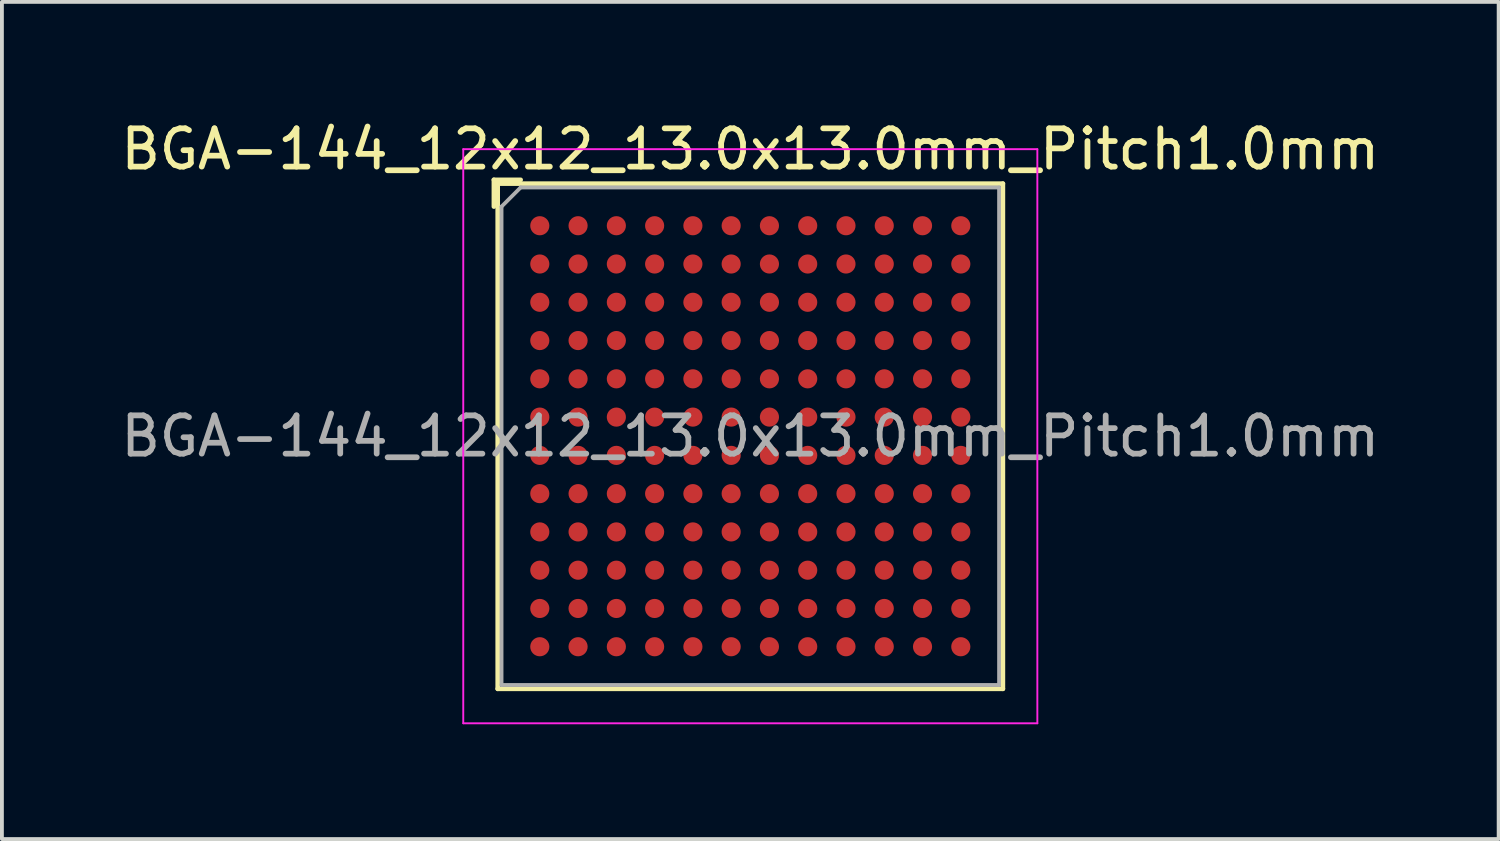
<source format=kicad_pcb>
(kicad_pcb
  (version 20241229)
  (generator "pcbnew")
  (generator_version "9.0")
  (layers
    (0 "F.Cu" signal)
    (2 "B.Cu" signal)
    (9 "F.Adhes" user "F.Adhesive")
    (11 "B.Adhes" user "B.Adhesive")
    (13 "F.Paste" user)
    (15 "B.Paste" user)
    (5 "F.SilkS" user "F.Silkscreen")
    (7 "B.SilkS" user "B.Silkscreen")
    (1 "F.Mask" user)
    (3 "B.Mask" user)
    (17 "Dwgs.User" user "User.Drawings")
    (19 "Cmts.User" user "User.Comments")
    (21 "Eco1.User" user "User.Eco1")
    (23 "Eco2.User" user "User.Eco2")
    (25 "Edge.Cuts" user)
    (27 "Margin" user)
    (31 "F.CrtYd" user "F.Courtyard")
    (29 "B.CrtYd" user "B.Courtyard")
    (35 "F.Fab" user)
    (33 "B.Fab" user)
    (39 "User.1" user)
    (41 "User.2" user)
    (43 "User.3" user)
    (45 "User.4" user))
  (footprint "BGA-144_12x12_13.0x13.0mm_Pitch1.0mm"
    (layer "F.Cu")
    (at 16.554 8.348)
    (property "Reference" "BGA-144_12x12_13.0x13.0mm_Pitch1.0mm" (at 0 -7.5 0) (layer "F.SilkS") (effects (font (size 1 1) (thickness 0.15))))
    (attr smd)
    (fp_line (start -6.7 -6.7) (end -6 -6.7) (stroke (width 0.12) (type solid)) (layer "F.SilkS"))
    (fp_line (start -6.7 -6) (end -6.7 -6.7) (stroke (width 0.12) (type solid)) (layer "F.SilkS"))
    (fp_line (start -6.6 -6.6) (end 6.6 -6.6) (stroke (width 0.12) (type solid)) (layer "F.SilkS"))
    (fp_line (start -6.6 6.6) (end -6.6 -6.6) (stroke (width 0.12) (type solid)) (layer "F.SilkS"))
    (fp_line (start 6.6 -6.6) (end 6.6 6.6) (stroke (width 0.12) (type solid)) (layer "F.SilkS"))
    (fp_line (start 6.6 6.6) (end -6.6 6.6) (stroke (width 0.12) (type solid)) (layer "F.SilkS"))
    (fp_line (start -7.5 -7.5) (end -7.5 7.5) (stroke (width 0.05) (type solid)) (layer "F.CrtYd"))
    (fp_line (start -7.5 -7.5) (end 7.5 -7.5) (stroke (width 0.05) (type solid)) (layer "F.CrtYd"))
    (fp_line (start 7.5 7.5) (end -7.5 7.5) (stroke (width 0.05) (type solid)) (layer "F.CrtYd"))
    (fp_line (start 7.5 7.5) (end 7.5 -7.5) (stroke (width 0.05) (type solid)) (layer "F.CrtYd"))
    (fp_line (start -6.5 -6) (end -6 -6.5) (stroke (width 0.1) (type solid)) (layer "F.Fab"))
    (fp_line (start -6.5 6.5) (end -6.5 -6) (stroke (width 0.1) (type solid)) (layer "F.Fab"))
    (fp_line (start -6 -6.5) (end 6.5 -6.5) (stroke (width 0.1) (type solid)) (layer "F.Fab"))
    (fp_line (start 6.5 -6.5) (end 6.5 6.5) (stroke (width 0.1) (type solid)) (layer "F.Fab"))
    (fp_line (start 6.5 6.5) (end -6.5 6.5) (stroke (width 0.1) (type solid)) (layer "F.Fab"))
    (fp_text user "${REFERENCE}" (at 0 0 0) (layer "F.Fab") (effects (font (size 1 1) (thickness 0.15))))
    (pad "A1" smd circle (at -5.5 -5.5) (size 0.5 0.5) (layers "F.Cu" "F.Mask" "F.Paste"))
    (pad "A2" smd circle (at -4.5 -5.5) (size 0.5 0.5) (layers "F.Cu" "F.Mask" "F.Paste"))
    (pad "A3" smd circle (at -3.5 -5.5) (size 0.5 0.5) (layers "F.Cu" "F.Mask" "F.Paste"))
    (pad "A4" smd circle (at -2.5 -5.5) (size 0.5 0.5) (layers "F.Cu" "F.Mask" "F.Paste"))
    (pad "A5" smd circle (at -1.5 -5.5) (size 0.5 0.5) (layers "F.Cu" "F.Mask" "F.Paste"))
    (pad "A6" smd circle (at -0.5 -5.5) (size 0.5 0.5) (layers "F.Cu" "F.Mask" "F.Paste"))
    (pad "A7" smd circle (at 0.5 -5.5) (size 0.5 0.5) (layers "F.Cu" "F.Mask" "F.Paste"))
    (pad "A8" smd circle (at 1.5 -5.5) (size 0.5 0.5) (layers "F.Cu" "F.Mask" "F.Paste"))
    (pad "A9" smd circle (at 2.5 -5.5) (size 0.5 0.5) (layers "F.Cu" "F.Mask" "F.Paste"))
    (pad "A10" smd circle (at 3.5 -5.5) (size 0.5 0.5) (layers "F.Cu" "F.Mask" "F.Paste"))
    (pad "A11" smd circle (at 4.5 -5.5) (size 0.5 0.5) (layers "F.Cu" "F.Mask" "F.Paste"))
    (pad "A12" smd circle (at 5.5 -5.5) (size 0.5 0.5) (layers "F.Cu" "F.Mask" "F.Paste"))
    (pad "B1" smd circle (at -5.5 -4.5) (size 0.5 0.5) (layers "F.Cu" "F.Mask" "F.Paste"))
    (pad "B2" smd circle (at -4.5 -4.5) (size 0.5 0.5) (layers "F.Cu" "F.Mask" "F.Paste"))
    (pad "B3" smd circle (at -3.5 -4.5) (size 0.5 0.5) (layers "F.Cu" "F.Mask" "F.Paste"))
    (pad "B4" smd circle (at -2.5 -4.5) (size 0.5 0.5) (layers "F.Cu" "F.Mask" "F.Paste"))
    (pad "B5" smd circle (at -1.5 -4.5) (size 0.5 0.5) (layers "F.Cu" "F.Mask" "F.Paste"))
    (pad "B6" smd circle (at -0.5 -4.5) (size 0.5 0.5) (layers "F.Cu" "F.Mask" "F.Paste"))
    (pad "B7" smd circle (at 0.5 -4.5) (size 0.5 0.5) (layers "F.Cu" "F.Mask" "F.Paste"))
    (pad "B8" smd circle (at 1.5 -4.5) (size 0.5 0.5) (layers "F.Cu" "F.Mask" "F.Paste"))
    (pad "B9" smd circle (at 2.5 -4.5) (size 0.5 0.5) (layers "F.Cu" "F.Mask" "F.Paste"))
    (pad "B10" smd circle (at 3.5 -4.5) (size 0.5 0.5) (layers "F.Cu" "F.Mask" "F.Paste"))
    (pad "B11" smd circle (at 4.5 -4.5) (size 0.5 0.5) (layers "F.Cu" "F.Mask" "F.Paste"))
    (pad "B12" smd circle (at 5.5 -4.5) (size 0.5 0.5) (layers "F.Cu" "F.Mask" "F.Paste"))
    (pad "C1" smd circle (at -5.5 -3.5) (size 0.5 0.5) (layers "F.Cu" "F.Mask" "F.Paste"))
    (pad "C2" smd circle (at -4.5 -3.5) (size 0.5 0.5) (layers "F.Cu" "F.Mask" "F.Paste"))
    (pad "C3" smd circle (at -3.5 -3.5) (size 0.5 0.5) (layers "F.Cu" "F.Mask" "F.Paste"))
    (pad "C4" smd circle (at -2.5 -3.5) (size 0.5 0.5) (layers "F.Cu" "F.Mask" "F.Paste"))
    (pad "C5" smd circle (at -1.5 -3.5) (size 0.5 0.5) (layers "F.Cu" "F.Mask" "F.Paste"))
    (pad "C6" smd circle (at -0.5 -3.5) (size 0.5 0.5) (layers "F.Cu" "F.Mask" "F.Paste"))
    (pad "C7" smd circle (at 0.5 -3.5) (size 0.5 0.5) (layers "F.Cu" "F.Mask" "F.Paste"))
    (pad "C8" smd circle (at 1.5 -3.5) (size 0.5 0.5) (layers "F.Cu" "F.Mask" "F.Paste"))
    (pad "C9" smd circle (at 2.5 -3.5) (size 0.5 0.5) (layers "F.Cu" "F.Mask" "F.Paste"))
    (pad "C10" smd circle (at 3.5 -3.5) (size 0.5 0.5) (layers "F.Cu" "F.Mask" "F.Paste"))
    (pad "C11" smd circle (at 4.5 -3.5) (size 0.5 0.5) (layers "F.Cu" "F.Mask" "F.Paste"))
    (pad "C12" smd circle (at 5.5 -3.5) (size 0.5 0.5) (layers "F.Cu" "F.Mask" "F.Paste"))
    (pad "D1" smd circle (at -5.5 -2.5) (size 0.5 0.5) (layers "F.Cu" "F.Mask" "F.Paste"))
    (pad "D2" smd circle (at -4.5 -2.5) (size 0.5 0.5) (layers "F.Cu" "F.Mask" "F.Paste"))
    (pad "D3" smd circle (at -3.5 -2.5) (size 0.5 0.5) (layers "F.Cu" "F.Mask" "F.Paste"))
    (pad "D4" smd circle (at -2.5 -2.5) (size 0.5 0.5) (layers "F.Cu" "F.Mask" "F.Paste"))
    (pad "D5" smd circle (at -1.5 -2.5) (size 0.5 0.5) (layers "F.Cu" "F.Mask" "F.Paste"))
    (pad "D6" smd circle (at -0.5 -2.5) (size 0.5 0.5) (layers "F.Cu" "F.Mask" "F.Paste"))
    (pad "D7" smd circle (at 0.5 -2.5) (size 0.5 0.5) (layers "F.Cu" "F.Mask" "F.Paste"))
    (pad "D8" smd circle (at 1.5 -2.5) (size 0.5 0.5) (layers "F.Cu" "F.Mask" "F.Paste"))
    (pad "D9" smd circle (at 2.5 -2.5) (size 0.5 0.5) (layers "F.Cu" "F.Mask" "F.Paste"))
    (pad "D10" smd circle (at 3.5 -2.5) (size 0.5 0.5) (layers "F.Cu" "F.Mask" "F.Paste"))
    (pad "D11" smd circle (at 4.5 -2.5) (size 0.5 0.5) (layers "F.Cu" "F.Mask" "F.Paste"))
    (pad "D12" smd circle (at 5.5 -2.5) (size 0.5 0.5) (layers "F.Cu" "F.Mask" "F.Paste"))
    (pad "E1" smd circle (at -5.5 -1.5) (size 0.5 0.5) (layers "F.Cu" "F.Mask" "F.Paste"))
    (pad "E2" smd circle (at -4.5 -1.5) (size 0.5 0.5) (layers "F.Cu" "F.Mask" "F.Paste"))
    (pad "E3" smd circle (at -3.5 -1.5) (size 0.5 0.5) (layers "F.Cu" "F.Mask" "F.Paste"))
    (pad "E4" smd circle (at -2.5 -1.5) (size 0.5 0.5) (layers "F.Cu" "F.Mask" "F.Paste"))
    (pad "E5" smd circle (at -1.5 -1.5) (size 0.5 0.5) (layers "F.Cu" "F.Mask" "F.Paste"))
    (pad "E6" smd circle (at -0.5 -1.5) (size 0.5 0.5) (layers "F.Cu" "F.Mask" "F.Paste"))
    (pad "E7" smd circle (at 0.5 -1.5) (size 0.5 0.5) (layers "F.Cu" "F.Mask" "F.Paste"))
    (pad "E8" smd circle (at 1.5 -1.5) (size 0.5 0.5) (layers "F.Cu" "F.Mask" "F.Paste"))
    (pad "E9" smd circle (at 2.5 -1.5) (size 0.5 0.5) (layers "F.Cu" "F.Mask" "F.Paste"))
    (pad "E10" smd circle (at 3.5 -1.5) (size 0.5 0.5) (layers "F.Cu" "F.Mask" "F.Paste"))
    (pad "E11" smd circle (at 4.5 -1.5) (size 0.5 0.5) (layers "F.Cu" "F.Mask" "F.Paste"))
    (pad "E12" smd circle (at 5.5 -1.5) (size 0.5 0.5) (layers "F.Cu" "F.Mask" "F.Paste"))
    (pad "F1" smd circle (at -5.5 -0.5) (size 0.5 0.5) (layers "F.Cu" "F.Mask" "F.Paste"))
    (pad "F2" smd circle (at -4.5 -0.5) (size 0.5 0.5) (layers "F.Cu" "F.Mask" "F.Paste"))
    (pad "F3" smd circle (at -3.5 -0.5) (size 0.5 0.5) (layers "F.Cu" "F.Mask" "F.Paste"))
    (pad "F4" smd circle (at -2.5 -0.5) (size 0.5 0.5) (layers "F.Cu" "F.Mask" "F.Paste"))
    (pad "F5" smd circle (at -1.5 -0.5) (size 0.5 0.5) (layers "F.Cu" "F.Mask" "F.Paste"))
    (pad "F6" smd circle (at -0.5 -0.5) (size 0.5 0.5) (layers "F.Cu" "F.Mask" "F.Paste"))
    (pad "F7" smd circle (at 0.5 -0.5) (size 0.5 0.5) (layers "F.Cu" "F.Mask" "F.Paste"))
    (pad "F8" smd circle (at 1.5 -0.5) (size 0.5 0.5) (layers "F.Cu" "F.Mask" "F.Paste"))
    (pad "F9" smd circle (at 2.5 -0.5) (size 0.5 0.5) (layers "F.Cu" "F.Mask" "F.Paste"))
    (pad "F10" smd circle (at 3.5 -0.5) (size 0.5 0.5) (layers "F.Cu" "F.Mask" "F.Paste"))
    (pad "F11" smd circle (at 4.5 -0.5) (size 0.5 0.5) (layers "F.Cu" "F.Mask" "F.Paste"))
    (pad "F12" smd circle (at 5.5 -0.5) (size 0.5 0.5) (layers "F.Cu" "F.Mask" "F.Paste"))
    (pad "G1" smd circle (at -5.5 0.5) (size 0.5 0.5) (layers "F.Cu" "F.Mask" "F.Paste"))
    (pad "G2" smd circle (at -4.5 0.5) (size 0.5 0.5) (layers "F.Cu" "F.Mask" "F.Paste"))
    (pad "G3" smd circle (at -3.5 0.5) (size 0.5 0.5) (layers "F.Cu" "F.Mask" "F.Paste"))
    (pad "G4" smd circle (at -2.5 0.5) (size 0.5 0.5) (layers "F.Cu" "F.Mask" "F.Paste"))
    (pad "G5" smd circle (at -1.5 0.5) (size 0.5 0.5) (layers "F.Cu" "F.Mask" "F.Paste"))
    (pad "G6" smd circle (at -0.5 0.5) (size 0.5 0.5) (layers "F.Cu" "F.Mask" "F.Paste"))
    (pad "G7" smd circle (at 0.5 0.5) (size 0.5 0.5) (layers "F.Cu" "F.Mask" "F.Paste"))
    (pad "G8" smd circle (at 1.5 0.5) (size 0.5 0.5) (layers "F.Cu" "F.Mask" "F.Paste"))
    (pad "G9" smd circle (at 2.5 0.5) (size 0.5 0.5) (layers "F.Cu" "F.Mask" "F.Paste"))
    (pad "G10" smd circle (at 3.5 0.5) (size 0.5 0.5) (layers "F.Cu" "F.Mask" "F.Paste"))
    (pad "G11" smd circle (at 4.5 0.5) (size 0.5 0.5) (layers "F.Cu" "F.Mask" "F.Paste"))
    (pad "G12" smd circle (at 5.5 0.5) (size 0.5 0.5) (layers "F.Cu" "F.Mask" "F.Paste"))
    (pad "H1" smd circle (at -5.5 1.5) (size 0.5 0.5) (layers "F.Cu" "F.Mask" "F.Paste"))
    (pad "H2" smd circle (at -4.5 1.5) (size 0.5 0.5) (layers "F.Cu" "F.Mask" "F.Paste"))
    (pad "H3" smd circle (at -3.5 1.5) (size 0.5 0.5) (layers "F.Cu" "F.Mask" "F.Paste"))
    (pad "H4" smd circle (at -2.5 1.5) (size 0.5 0.5) (layers "F.Cu" "F.Mask" "F.Paste"))
    (pad "H5" smd circle (at -1.5 1.5) (size 0.5 0.5) (layers "F.Cu" "F.Mask" "F.Paste"))
    (pad "H6" smd circle (at -0.5 1.5) (size 0.5 0.5) (layers "F.Cu" "F.Mask" "F.Paste"))
    (pad "H7" smd circle (at 0.5 1.5) (size 0.5 0.5) (layers "F.Cu" "F.Mask" "F.Paste"))
    (pad "H8" smd circle (at 1.5 1.5) (size 0.5 0.5) (layers "F.Cu" "F.Mask" "F.Paste"))
    (pad "H9" smd circle (at 2.5 1.5) (size 0.5 0.5) (layers "F.Cu" "F.Mask" "F.Paste"))
    (pad "H10" smd circle (at 3.5 1.5) (size 0.5 0.5) (layers "F.Cu" "F.Mask" "F.Paste"))
    (pad "H11" smd circle (at 4.5 1.5) (size 0.5 0.5) (layers "F.Cu" "F.Mask" "F.Paste"))
    (pad "H12" smd circle (at 5.5 1.5) (size 0.5 0.5) (layers "F.Cu" "F.Mask" "F.Paste"))
    (pad "J1" smd circle (at -5.5 2.5) (size 0.5 0.5) (layers "F.Cu" "F.Mask" "F.Paste"))
    (pad "J2" smd circle (at -4.5 2.5) (size 0.5 0.5) (layers "F.Cu" "F.Mask" "F.Paste"))
    (pad "J3" smd circle (at -3.5 2.5) (size 0.5 0.5) (layers "F.Cu" "F.Mask" "F.Paste"))
    (pad "J4" smd circle (at -2.5 2.5) (size 0.5 0.5) (layers "F.Cu" "F.Mask" "F.Paste"))
    (pad "J5" smd circle (at -1.5 2.5) (size 0.5 0.5) (layers "F.Cu" "F.Mask" "F.Paste"))
    (pad "J6" smd circle (at -0.5 2.5) (size 0.5 0.5) (layers "F.Cu" "F.Mask" "F.Paste"))
    (pad "J7" smd circle (at 0.5 2.5) (size 0.5 0.5) (layers "F.Cu" "F.Mask" "F.Paste"))
    (pad "J8" smd circle (at 1.5 2.5) (size 0.5 0.5) (layers "F.Cu" "F.Mask" "F.Paste"))
    (pad "J9" smd circle (at 2.5 2.5) (size 0.5 0.5) (layers "F.Cu" "F.Mask" "F.Paste"))
    (pad "J10" smd circle (at 3.5 2.5) (size 0.5 0.5) (layers "F.Cu" "F.Mask" "F.Paste"))
    (pad "J11" smd circle (at 4.5 2.5) (size 0.5 0.5) (layers "F.Cu" "F.Mask" "F.Paste"))
    (pad "J12" smd circle (at 5.5 2.5) (size 0.5 0.5) (layers "F.Cu" "F.Mask" "F.Paste"))
    (pad "K1" smd circle (at -5.5 3.5) (size 0.5 0.5) (layers "F.Cu" "F.Mask" "F.Paste"))
    (pad "K2" smd circle (at -4.5 3.5) (size 0.5 0.5) (layers "F.Cu" "F.Mask" "F.Paste"))
    (pad "K3" smd circle (at -3.5 3.5) (size 0.5 0.5) (layers "F.Cu" "F.Mask" "F.Paste"))
    (pad "K4" smd circle (at -2.5 3.5) (size 0.5 0.5) (layers "F.Cu" "F.Mask" "F.Paste"))
    (pad "K5" smd circle (at -1.5 3.5) (size 0.5 0.5) (layers "F.Cu" "F.Mask" "F.Paste"))
    (pad "K6" smd circle (at -0.5 3.5) (size 0.5 0.5) (layers "F.Cu" "F.Mask" "F.Paste"))
    (pad "K7" smd circle (at 0.5 3.5) (size 0.5 0.5) (layers "F.Cu" "F.Mask" "F.Paste"))
    (pad "K8" smd circle (at 1.5 3.5) (size 0.5 0.5) (layers "F.Cu" "F.Mask" "F.Paste"))
    (pad "K9" smd circle (at 2.5 3.5) (size 0.5 0.5) (layers "F.Cu" "F.Mask" "F.Paste"))
    (pad "K10" smd circle (at 3.5 3.5) (size 0.5 0.5) (layers "F.Cu" "F.Mask" "F.Paste"))
    (pad "K11" smd circle (at 4.5 3.5) (size 0.5 0.5) (layers "F.Cu" "F.Mask" "F.Paste"))
    (pad "K12" smd circle (at 5.5 3.5) (size 0.5 0.5) (layers "F.Cu" "F.Mask" "F.Paste"))
    (pad "L1" smd circle (at -5.5 4.5) (size 0.5 0.5) (layers "F.Cu" "F.Mask" "F.Paste"))
    (pad "L2" smd circle (at -4.5 4.5) (size 0.5 0.5) (layers "F.Cu" "F.Mask" "F.Paste"))
    (pad "L3" smd circle (at -3.5 4.5) (size 0.5 0.5) (layers "F.Cu" "F.Mask" "F.Paste"))
    (pad "L4" smd circle (at -2.5 4.5) (size 0.5 0.5) (layers "F.Cu" "F.Mask" "F.Paste"))
    (pad "L5" smd circle (at -1.5 4.5) (size 0.5 0.5) (layers "F.Cu" "F.Mask" "F.Paste"))
    (pad "L6" smd circle (at -0.5 4.5) (size 0.5 0.5) (layers "F.Cu" "F.Mask" "F.Paste"))
    (pad "L7" smd circle (at 0.5 4.5) (size 0.5 0.5) (layers "F.Cu" "F.Mask" "F.Paste"))
    (pad "L8" smd circle (at 1.5 4.5) (size 0.5 0.5) (layers "F.Cu" "F.Mask" "F.Paste"))
    (pad "L9" smd circle (at 2.5 4.5) (size 0.5 0.5) (layers "F.Cu" "F.Mask" "F.Paste"))
    (pad "L10" smd circle (at 3.5 4.5) (size 0.5 0.5) (layers "F.Cu" "F.Mask" "F.Paste"))
    (pad "L11" smd circle (at 4.5 4.5) (size 0.5 0.5) (layers "F.Cu" "F.Mask" "F.Paste"))
    (pad "L12" smd circle (at 5.5 4.5) (size 0.5 0.5) (layers "F.Cu" "F.Mask" "F.Paste"))
    (pad "M1" smd circle (at -5.5 5.5) (size 0.5 0.5) (layers "F.Cu" "F.Mask" "F.Paste"))
    (pad "M2" smd circle (at -4.5 5.5) (size 0.5 0.5) (layers "F.Cu" "F.Mask" "F.Paste"))
    (pad "M3" smd circle (at -3.5 5.5) (size 0.5 0.5) (layers "F.Cu" "F.Mask" "F.Paste"))
    (pad "M4" smd circle (at -2.5 5.5) (size 0.5 0.5) (layers "F.Cu" "F.Mask" "F.Paste"))
    (pad "M5" smd circle (at -1.5 5.5) (size 0.5 0.5) (layers "F.Cu" "F.Mask" "F.Paste"))
    (pad "M6" smd circle (at -0.5 5.5) (size 0.5 0.5) (layers "F.Cu" "F.Mask" "F.Paste"))
    (pad "M7" smd circle (at 0.5 5.5) (size 0.5 0.5) (layers "F.Cu" "F.Mask" "F.Paste"))
    (pad "M8" smd circle (at 1.5 5.5) (size 0.5 0.5) (layers "F.Cu" "F.Mask" "F.Paste"))
    (pad "M9" smd circle (at 2.5 5.5) (size 0.5 0.5) (layers "F.Cu" "F.Mask" "F.Paste"))
    (pad "M10" smd circle (at 3.5 5.5) (size 0.5 0.5) (layers "F.Cu" "F.Mask" "F.Paste"))
    (pad "M11" smd circle (at 4.5 5.5) (size 0.5 0.5) (layers "F.Cu" "F.Mask" "F.Paste"))
    (pad "M12" smd circle (at 5.5 5.5) (size 0.5 0.5) (layers "F.Cu" "F.Mask" "F.Paste")))
  (gr_rect
    (start -3 -3)
    (end 36.107 18.873)
    (stroke (width 0.1) (type default))
    (fill no)
    (layer "Edge.Cuts")))
</source>
